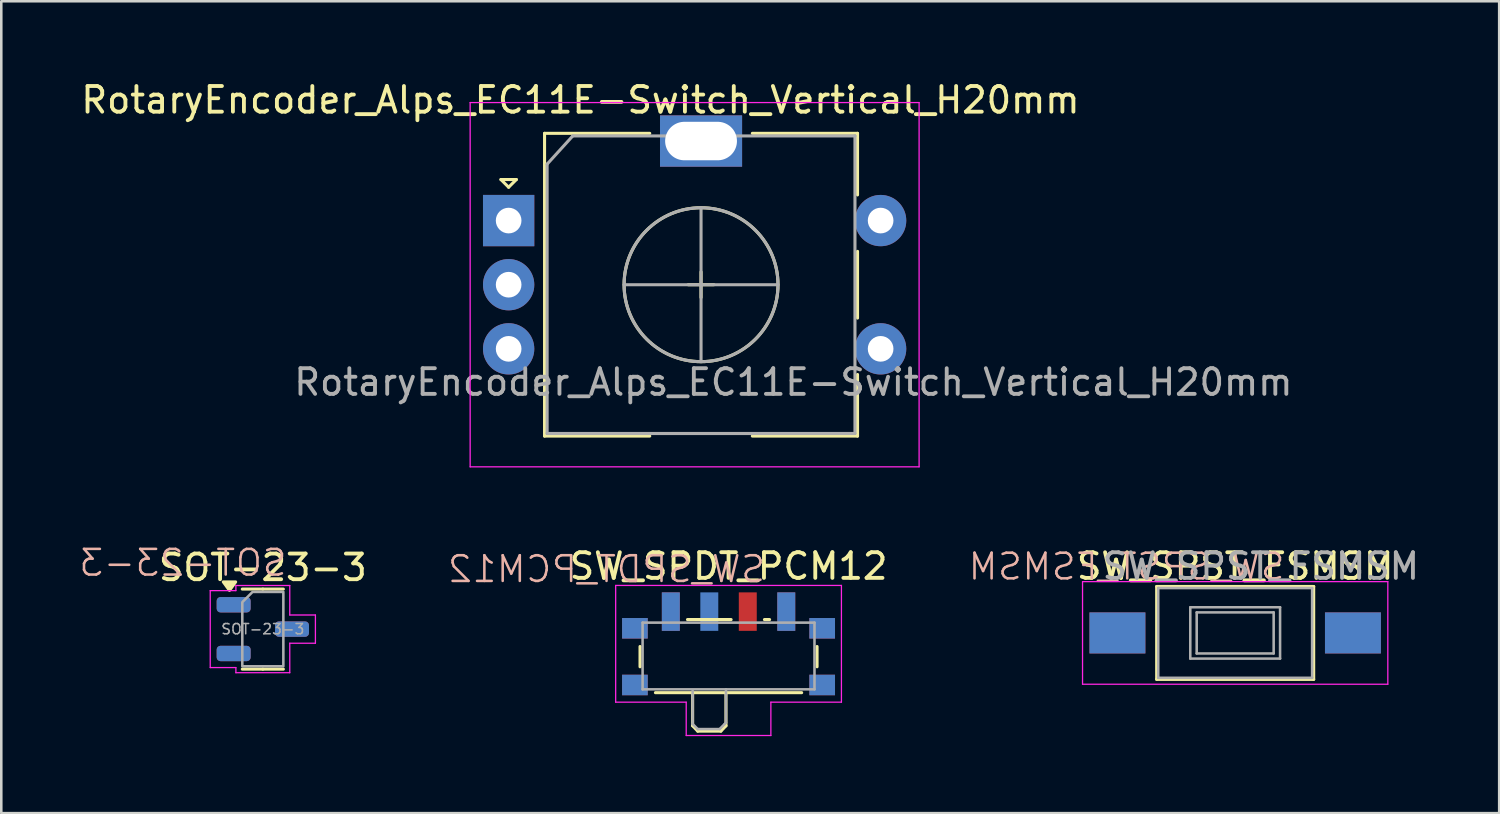
<source format=kicad_pcb>
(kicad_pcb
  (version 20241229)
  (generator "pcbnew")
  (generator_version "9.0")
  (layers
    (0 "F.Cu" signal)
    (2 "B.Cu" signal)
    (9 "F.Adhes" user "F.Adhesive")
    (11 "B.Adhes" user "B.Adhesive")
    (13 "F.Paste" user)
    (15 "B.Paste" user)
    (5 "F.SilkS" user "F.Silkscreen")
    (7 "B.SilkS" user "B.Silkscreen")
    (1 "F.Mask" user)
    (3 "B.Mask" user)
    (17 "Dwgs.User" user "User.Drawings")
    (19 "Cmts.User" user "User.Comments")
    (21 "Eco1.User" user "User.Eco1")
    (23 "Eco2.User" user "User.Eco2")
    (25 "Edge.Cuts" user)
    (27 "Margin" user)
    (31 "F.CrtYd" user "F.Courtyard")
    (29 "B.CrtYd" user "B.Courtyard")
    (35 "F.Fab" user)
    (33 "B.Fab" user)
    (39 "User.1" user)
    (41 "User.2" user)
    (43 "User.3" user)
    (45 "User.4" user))
  (footprint "RotaryEncoder_Alps_EC11E-Switch_Vertical_H20mm"
    (layer "F.Cu")
    (at 16.777 5.548)
    (property "Reference" "RotaryEncoder_Alps_EC11E-Switch_Vertical_H20mm" (at 2.8 -4.7 0) (layer "F.SilkS") (effects (font (size 1 1) (thickness 0.15))))
    (attr through_hole)
    (fp_line (start -0.3 -1.6) (end 0.3 -1.6) (stroke (width 0.12) (type solid)) (layer "F.SilkS"))
    (fp_line (start 0 -1.3) (end -0.3 -1.6) (stroke (width 0.12) (type solid)) (layer "F.SilkS"))
    (fp_line (start 0.3 -1.6) (end 0 -1.3) (stroke (width 0.12) (type solid)) (layer "F.SilkS"))
    (fp_line (start 1.4 -3.4) (end 1.4 8.4) (stroke (width 0.12) (type solid)) (layer "F.SilkS"))
    (fp_line (start 5.5 -3.4) (end 1.4 -3.4) (stroke (width 0.12) (type solid)) (layer "F.SilkS"))
    (fp_line (start 5.5 8.4) (end 1.4 8.4) (stroke (width 0.12) (type solid)) (layer "F.SilkS"))
    (fp_line (start 7 2.5) (end 8 2.5) (stroke (width 0.12) (type solid)) (layer "F.SilkS"))
    (fp_line (start 7.5 2) (end 7.5 3) (stroke (width 0.12) (type solid)) (layer "F.SilkS"))
    (fp_line (start 9.5 -3.4) (end 13.6 -3.4) (stroke (width 0.12) (type solid)) (layer "F.SilkS"))
    (fp_line (start 13.6 -3.4) (end 13.6 -1) (stroke (width 0.12) (type solid)) (layer "F.SilkS"))
    (fp_line (start 13.6 1.2) (end 13.6 3.8) (stroke (width 0.12) (type solid)) (layer "F.SilkS"))
    (fp_line (start 13.6 6) (end 13.6 8.4) (stroke (width 0.12) (type solid)) (layer "F.SilkS"))
    (fp_line (start 13.6 8.4) (end 9.5 8.4) (stroke (width 0.12) (type solid)) (layer "F.SilkS"))
    (fp_circle (center 7.5 2.5) (end 10.5 2.5) (stroke (width 0.12) (type solid)) (fill no) (layer "F.SilkS"))
    (fp_line (start -1.5 -4.6) (end -1.5 9.6) (stroke (width 0.05) (type solid)) (layer "F.CrtYd"))
    (fp_line (start -1.5 -4.6) (end 16 -4.6) (stroke (width 0.05) (type solid)) (layer "F.CrtYd"))
    (fp_line (start 16 9.6) (end -1.5 9.6) (stroke (width 0.05) (type solid)) (layer "F.CrtYd"))
    (fp_line (start 16 9.6) (end 16 -4.6) (stroke (width 0.05) (type solid)) (layer "F.CrtYd"))
    (fp_line (start 1.5 -2.2) (end 2.5 -3.3) (stroke (width 0.12) (type solid)) (layer "F.Fab"))
    (fp_line (start 1.5 8.3) (end 1.5 -2.2) (stroke (width 0.12) (type solid)) (layer "F.Fab"))
    (fp_line (start 2.5 -3.3) (end 13.5 -3.3) (stroke (width 0.12) (type solid)) (layer "F.Fab"))
    (fp_line (start 4.5 2.5) (end 10.5 2.5) (stroke (width 0.12) (type solid)) (layer "F.Fab"))
    (fp_line (start 7.5 -0.5) (end 7.5 5.5) (stroke (width 0.12) (type solid)) (layer "F.Fab"))
    (fp_line (start 13.5 -3.3) (end 13.5 8.3) (stroke (width 0.12) (type solid)) (layer "F.Fab"))
    (fp_line (start 13.5 8.3) (end 1.5 8.3) (stroke (width 0.12) (type solid)) (layer "F.Fab"))
    (fp_circle (center 7.5 2.5) (end 10.5 2.5) (stroke (width 0.12) (type solid)) (fill no) (layer "F.Fab"))
    (fp_text user "${REFERENCE}" (at 11.1 6.3 0) (layer "F.Fab") (effects (font (size 1 1) (thickness 0.15))))
    (pad "A" thru_hole rect (at 0 0) (size 2 2) (drill 1) (layers "*.Cu" "*.Mask"))
    (pad "B" thru_hole circle (at 0 5) (size 2 2) (drill 1) (layers "*.Cu" "*.Mask"))
    (pad "C" thru_hole circle (at 0 2.5) (size 2 2) (drill 1) (layers "*.Cu" "*.Mask"))
    (pad "MP" thru_hole rect (at 7.5 -3.1) (size 3.2 2) (drill oval 2.8 1.5) (layers "*.Cu" "*.Mask"))
    (pad "S1" thru_hole circle (at 14.5 5) (size 2 2) (drill 1) (layers "*.Cu" "*.Mask"))
    (pad "S2" thru_hole circle (at 14.5 0) (size 2 2) (drill 1) (layers "*.Cu" "*.Mask")))
  (footprint "SW_SPDT_PCM12"
    (layer "F.Cu")
    (at 25.349 22.221)
    (property "Reference" "SW_SPDT_PCM12" (at 0 -3.2 0) (layer "F.SilkS") (effects (font (size 1 1) (thickness 0.15))))
    (attr smd)
    (fp_line (start -3.45 -0.07) (end -3.45 0.72) (stroke (width 0.12) (type solid)) (layer "F.SilkS"))
    (fp_line (start -2.85 1.73) (end 2.85 1.73) (stroke (width 0.12) (type solid)) (layer "F.SilkS"))
    (fp_line (start -1.6 -1.12) (end 0.1 -1.12) (stroke (width 0.12) (type solid)) (layer "F.SilkS"))
    (fp_line (start -1.4 1.73) (end -1.4 3.02) (stroke (width 0.12) (type solid)) (layer "F.SilkS"))
    (fp_line (start -1.4 3.02) (end -1.2 3.23) (stroke (width 0.12) (type solid)) (layer "F.SilkS"))
    (fp_line (start -1.2 3.23) (end -0.3 3.23) (stroke (width 0.12) (type solid)) (layer "F.SilkS"))
    (fp_line (start -0.1 3.02) (end -0.3 3.23) (stroke (width 0.12) (type solid)) (layer "F.SilkS"))
    (fp_line (start -0.1 3.02) (end -0.1 1.73) (stroke (width 0.12) (type solid)) (layer "F.SilkS"))
    (fp_line (start 1.4 -1.12) (end 1.6 -1.12) (stroke (width 0.12) (type solid)) (layer "F.SilkS"))
    (fp_line (start 3.45 0.72) (end 3.45 -0.07) (stroke (width 0.12) (type solid)) (layer "F.SilkS"))
    (fp_line (start -4.4 -2.45) (end 4.4 -2.45) (stroke (width 0.05) (type solid)) (layer "F.CrtYd"))
    (fp_line (start -4.4 2.1) (end -4.4 -2.45) (stroke (width 0.05) (type solid)) (layer "F.CrtYd"))
    (fp_line (start -1.65 2.1) (end -4.4 2.1) (stroke (width 0.05) (type solid)) (layer "F.CrtYd"))
    (fp_line (start -1.65 3.4) (end -1.65 2.1) (stroke (width 0.05) (type solid)) (layer "F.CrtYd"))
    (fp_line (start 1.65 2.1) (end 1.65 3.4) (stroke (width 0.05) (type solid)) (layer "F.CrtYd"))
    (fp_line (start 1.65 3.4) (end -1.65 3.4) (stroke (width 0.05) (type solid)) (layer "F.CrtYd"))
    (fp_line (start 4.4 -2.45) (end 4.4 2.1) (stroke (width 0.05) (type solid)) (layer "F.CrtYd"))
    (fp_line (start 4.4 2.1) (end 1.65 2.1) (stroke (width 0.05) (type solid)) (layer "F.CrtYd"))
    (fp_line (start -3.35 -1) (end -3.35 1.6) (stroke (width 0.1) (type solid)) (layer "F.Fab"))
    (fp_line (start -3.35 1.6) (end 3.35 1.6) (stroke (width 0.1) (type solid)) (layer "F.Fab"))
    (fp_line (start -1.4 1.65) (end -1.4 2.95) (stroke (width 0.1) (type solid)) (layer "F.Fab"))
    (fp_line (start -1.4 2.95) (end -1.2 3.15) (stroke (width 0.1) (type solid)) (layer "F.Fab"))
    (fp_line (start -1.2 3.15) (end -0.35 3.15) (stroke (width 0.1) (type solid)) (layer "F.Fab"))
    (fp_line (start -0.35 3.15) (end -0.15 2.95) (stroke (width 0.1) (type solid)) (layer "F.Fab"))
    (fp_line (start -0.15 2.95) (end -0.1 2.9) (stroke (width 0.1) (type solid)) (layer "F.Fab"))
    (fp_line (start -0.1 2.9) (end -0.1 1.6) (stroke (width 0.1) (type solid)) (layer "F.Fab"))
    (fp_line (start 3.35 -1) (end -3.35 -1) (stroke (width 0.1) (type solid)) (layer "F.Fab"))
    (fp_line (start 3.35 1.6) (end 3.35 -1) (stroke (width 0.1) (type solid)) (layer "F.Fab"))
    (fp_text user "${REFERENCE}" (at 1.5 -2.5 0) (unlocked yes) (layer "B.SilkS") (effects (font (size 1 1) (thickness 0.1)) (justify left bottom mirror)))
    (pad "" smd rect (at -3.65 -0.78) (size 1 0.8) (layers "F.Cu" "F.Mask" "F.Paste"))
    (pad "" smd rect (at -3.65 -0.78) (size 1 0.8) (layers "B.Cu" "B.Mask" "B.Paste"))
    (pad "" smd rect (at -3.65 1.43) (size 1 0.8) (layers "F.Cu" "F.Mask" "F.Paste"))
    (pad "" smd rect (at -3.65 1.43) (size 1 0.8) (layers "B.Cu" "B.Mask" "B.Paste"))
    (pad "" smd rect (at 3.65 -0.78) (size 1 0.8) (layers "F.Cu" "F.Mask" "F.Paste"))
    (pad "" smd rect (at 3.65 -0.78) (size 1 0.8) (layers "B.Cu" "B.Mask" "B.Paste"))
    (pad "" smd rect (at 3.65 1.43) (size 1 0.8) (layers "F.Cu" "F.Mask" "F.Paste"))
    (pad "" smd rect (at 3.65 1.43) (size 1 0.8) (layers "B.Cu" "B.Mask" "B.Paste"))
    (pad "1" smd rect (at -2.25 -1.43) (size 0.7 1.5) (layers "F.Cu" "F.Mask" "F.Paste"))
    (pad "1" smd rect (at 2.25 -1.43) (size 0.7 1.5) (layers "B.Cu" "B.Mask" "B.Paste"))
    (pad "2" smd rect (at -0.75 -1.43) (size 0.7 1.5) (layers "B.Cu" "B.Mask" "B.Paste"))
    (pad "2" smd rect (at 0.75 -1.43) (size 0.7 1.5) (layers "F.Cu" "F.Mask" "F.Paste"))
    (pad "3" smd rect (at -2.25 -1.43) (size 0.7 1.5) (layers "B.Cu" "B.Mask" "B.Paste"))
    (pad "3" smd rect (at 2.25 -1.43) (size 0.7 1.5) (layers "F.Cu" "F.Mask" "F.Paste")))
  (footprint "SW_SPST_FSMSM"
    (layer "F.Cu")
    (at 45.098 21.622)
    (property "Reference" "SW_SPST_FSMSM" (at 0 -2.6 180) (layer "F.SilkS") (effects (font (size 1 1) (thickness 0.15))))
    (attr smd)
    (fp_line (start -3.06 -1.81) (end 3.06 -1.81) (stroke (width 0.12) (type solid)) (layer "F.SilkS"))
    (fp_line (start -3.06 1.81) (end -3.06 -1.81) (stroke (width 0.12) (type solid)) (layer "F.SilkS"))
    (fp_line (start 3.06 -1.81) (end 3.06 1.81) (stroke (width 0.12) (type solid)) (layer "F.SilkS"))
    (fp_line (start 3.06 1.81) (end -3.06 1.81) (stroke (width 0.12) (type solid)) (layer "F.SilkS"))
    (fp_line (start -5.95 -2) (end -5.95 2) (stroke (width 0.05) (type solid)) (layer "F.CrtYd"))
    (fp_line (start -5.95 -2) (end 5.95 -2) (stroke (width 0.05) (type solid)) (layer "F.CrtYd"))
    (fp_line (start -5.95 2) (end 5.95 2) (stroke (width 0.05) (type solid)) (layer "F.CrtYd"))
    (fp_line (start 5.95 -2) (end 5.95 2) (stroke (width 0.05) (type solid)) (layer "F.CrtYd"))
    (fp_line (start -3 -1.75) (end -3 1.75) (stroke (width 0.1) (type solid)) (layer "F.Fab"))
    (fp_line (start -3 -1.75) (end 3 -1.75) (stroke (width 0.1) (type solid)) (layer "F.Fab"))
    (fp_line (start -3 1.75) (end 3 1.75) (stroke (width 0.1) (type solid)) (layer "F.Fab"))
    (fp_line (start -1.75 -1) (end 1.75 -1) (stroke (width 0.1) (type solid)) (layer "F.Fab"))
    (fp_line (start -1.75 1) (end -1.75 -1) (stroke (width 0.1) (type solid)) (layer "F.Fab"))
    (fp_line (start -1.5 -0.8) (end -1.5 0.8) (stroke (width 0.1) (type solid)) (layer "F.Fab"))
    (fp_line (start -1.5 -0.8) (end 1.5 -0.8) (stroke (width 0.1) (type solid)) (layer "F.Fab"))
    (fp_line (start -1.5 0.8) (end 1.5 0.8) (stroke (width 0.1) (type solid)) (layer "F.Fab"))
    (fp_line (start 1.5 -0.8) (end 1.5 0.8) (stroke (width 0.1) (type solid)) (layer "F.Fab"))
    (fp_line (start 1.75 -1) (end 1.75 1) (stroke (width 0.1) (type solid)) (layer "F.Fab"))
    (fp_line (start 1.75 1) (end -1.75 1) (stroke (width 0.1) (type solid)) (layer "F.Fab"))
    (fp_line (start 3 -1.75) (end 3 1.75) (stroke (width 0.1) (type solid)) (layer "F.Fab"))
    (fp_text user "${REFERENCE}" (at 2 -2 0) (unlocked yes) (layer "B.SilkS") (effects (font (size 1 1) (thickness 0.1)) (justify left bottom mirror)))
    (fp_text user "${REFERENCE}" (at 1 -2.6 180) (layer "F.Fab") (effects (font (size 1 1) (thickness 0.15))))
    (pad "1" smd rect (at 4.59 0) (size 2.18 1.6) (layers "F.Cu" "F.Mask" "F.Paste"))
    (pad "1" smd rect (at 4.59 0) (size 2.18 1.6) (layers "B.Cu" "B.Mask" "B.Paste"))
    (pad "2" smd rect (at -4.59 0) (size 2.18 1.6) (layers "F.Cu" "F.Mask" "F.Paste"))
    (pad "2" smd rect (at -4.59 0) (size 2.18 1.6) (layers "B.Cu" "B.Mask" "B.Paste")))
  (footprint "SOT-23-3"
    (layer "F.Cu")
    (at 7.195 21.473)
    (property "Reference" "SOT-23-3" (at 0 -2.4 0) (layer "F.SilkS") (effects (font (size 1 1) (thickness 0.15))))
    (attr smd)
    (fp_line (start 0 -1.56) (end -0.8 -1.56) (stroke (width 0.12) (type solid)) (layer "F.SilkS"))
    (fp_line (start 0 -1.56) (end 0.8 -1.56) (stroke (width 0.12) (type solid)) (layer "F.SilkS"))
    (fp_line (start 0 1.56) (end -0.8 1.56) (stroke (width 0.12) (type solid)) (layer "F.SilkS"))
    (fp_line (start 0 1.56) (end 0.8 1.56) (stroke (width 0.12) (type solid)) (layer "F.SilkS"))
    (fp_poly (pts (xy -1.3 -1.51) (xy -1.54 -1.84) (xy -1.06 -1.84)) (stroke (width 0.12) (type solid)) (fill yes) (layer "F.SilkS"))
    (fp_line (start -2.05 -1.5) (end -1.05 -1.5) (stroke (width 0.05) (type solid)) (layer "F.CrtYd"))
    (fp_line (start -2.05 1.5) (end -2.05 -1.5) (stroke (width 0.05) (type solid)) (layer "F.CrtYd"))
    (fp_line (start -1.05 -1.7) (end 1.05 -1.7) (stroke (width 0.05) (type solid)) (layer "F.CrtYd"))
    (fp_line (start -1.05 -1.5) (end -1.05 -1.7) (stroke (width 0.05) (type solid)) (layer "F.CrtYd"))
    (fp_line (start -1.05 1.5) (end -2.05 1.5) (stroke (width 0.05) (type solid)) (layer "F.CrtYd"))
    (fp_line (start -1.05 1.7) (end -1.05 1.5) (stroke (width 0.05) (type solid)) (layer "F.CrtYd"))
    (fp_line (start 1.05 -1.7) (end 1.05 -0.55) (stroke (width 0.05) (type solid)) (layer "F.CrtYd"))
    (fp_line (start 1.05 -0.55) (end 2.05 -0.55) (stroke (width 0.05) (type solid)) (layer "F.CrtYd"))
    (fp_line (start 1.05 0.55) (end 1.05 1.7) (stroke (width 0.05) (type solid)) (layer "F.CrtYd"))
    (fp_line (start 1.05 1.7) (end -1.05 1.7) (stroke (width 0.05) (type solid)) (layer "F.CrtYd"))
    (fp_line (start 2.05 -0.55) (end 2.05 0.55) (stroke (width 0.05) (type solid)) (layer "F.CrtYd"))
    (fp_line (start 2.05 0.55) (end 1.05 0.55) (stroke (width 0.05) (type solid)) (layer "F.CrtYd"))
    (fp_poly (pts (xy -0.8 -1.05) (xy -0.8 1.45) (xy 0.8 1.45) (xy 0.8 -1.45) (xy -0.4 -1.45)) (stroke (width 0.1) (type solid)) (fill no) (layer "F.Fab"))
    (fp_text user "${REFERENCE}" (at 1 -2 0) (unlocked yes) (layer "B.SilkS") (effects (font (size 1 1) (thickness 0.1)) (justify left bottom mirror)))
    (fp_text user "${REFERENCE}" (at 0 0 0) (layer "F.Fab") (effects (font (size 0.4 0.4) (thickness 0.06))))
    (pad "1" smd roundrect (at -1.137 -0.95) (size 1.325 0.6) (layers "F.Cu" "F.Mask" "F.Paste") (roundrect_rratio 0.25))
    (pad "1" smd roundrect (at -1.137 0.95) (size 1.325 0.6) (layers "B.Cu" "B.Mask" "B.Paste") (roundrect_rratio 0.25))
    (pad "2" smd roundrect (at -1.137 -0.95) (size 1.325 0.6) (layers "B.Cu" "B.Mask" "B.Paste") (roundrect_rratio 0.25))
    (pad "2" smd roundrect (at -1.137 0.95) (size 1.325 0.6) (layers "F.Cu" "F.Mask" "F.Paste") (roundrect_rratio 0.25))
    (pad "3" smd roundrect (at 1.137 0) (size 1.325 0.6) (layers "F.Cu" "F.Mask" "F.Paste") (roundrect_rratio 0.25))
    (pad "3" smd roundrect (at 1.137 0) (size 1.325 0.6) (layers "B.Cu" "B.Mask" "B.Paste") (roundrect_rratio 0.25)))
  (gr_rect
    (start -3 -3)
    (end 55.389 28.646)
    (stroke (width 0.1) (type default))
    (fill no)
    (layer "Edge.Cuts")))
</source>
